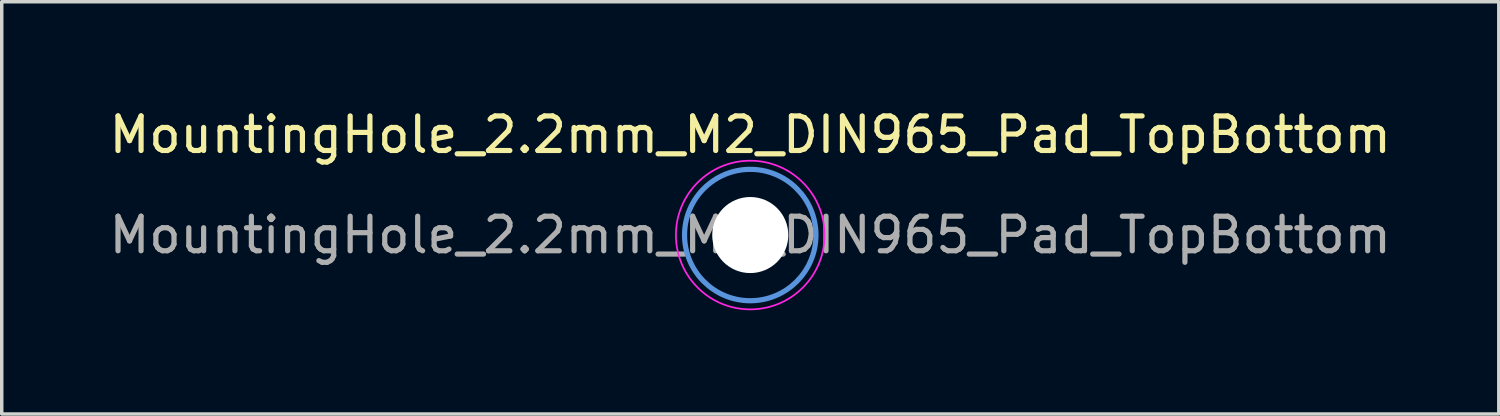
<source format=kicad_pcb>
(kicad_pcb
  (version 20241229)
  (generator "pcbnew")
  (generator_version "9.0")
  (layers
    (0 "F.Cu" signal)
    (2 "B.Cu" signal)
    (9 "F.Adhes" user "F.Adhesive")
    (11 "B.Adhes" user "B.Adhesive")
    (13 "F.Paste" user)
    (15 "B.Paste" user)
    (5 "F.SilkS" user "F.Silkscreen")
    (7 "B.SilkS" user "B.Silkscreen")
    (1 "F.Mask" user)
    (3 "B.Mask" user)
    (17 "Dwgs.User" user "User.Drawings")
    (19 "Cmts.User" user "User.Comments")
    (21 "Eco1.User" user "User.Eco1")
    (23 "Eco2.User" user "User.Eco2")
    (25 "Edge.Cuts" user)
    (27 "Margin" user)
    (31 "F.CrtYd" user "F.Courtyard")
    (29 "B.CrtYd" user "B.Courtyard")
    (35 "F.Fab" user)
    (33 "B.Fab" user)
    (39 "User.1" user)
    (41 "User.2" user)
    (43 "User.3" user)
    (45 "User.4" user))
  (footprint "MountingHole_2.2mm_M2_DIN965_Pad_TopBottom"
    (layer "F.Cu")
    (at 18.649 3.748)
    (property "Reference" "MountingHole_2.2mm_M2_DIN965_Pad_TopBottom" (at 0 -2.9 0) (layer "F.SilkS") (effects (font (size 1 1) (thickness 0.15))))
    (attr exclude_from_pos_files exclude_from_bom)
    (fp_circle (center 0 0) (end 1.9 0) (stroke (width 0.15) (type solid)) (fill no) (layer "Cmts.User"))
    (fp_circle (center 0 0) (end 2.15 0) (stroke (width 0.05) (type solid)) (fill no) (layer "F.CrtYd"))
    (fp_text user "${REFERENCE}" (at 0 0 0) (layer "F.Fab") (effects (font (size 1 1) (thickness 0.15))))
    (pad "" np_thru_hole circle (at 0 0) (size 2.2 2.2) (drill 2.2) (layers "*.Cu" "*.Mask")))
  (gr_rect
    (start -3 -3)
    (end 40.298 8.923)
    (stroke (width 0.1) (type default))
    (fill no)
    (layer "Edge.Cuts")))
</source>
